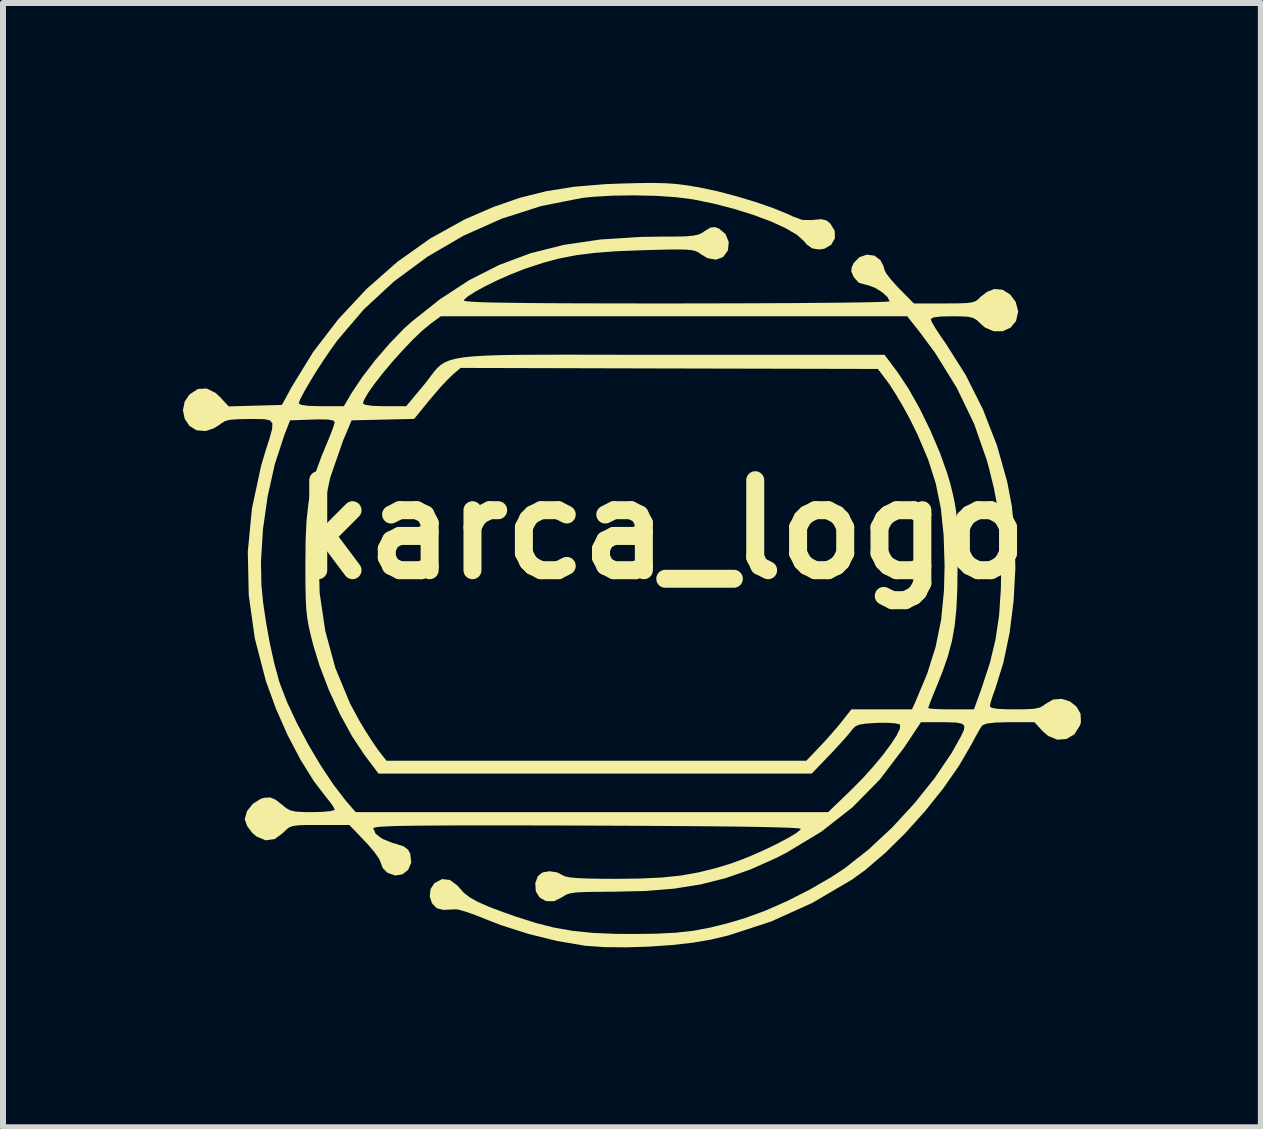
<source format=kicad_pcb>
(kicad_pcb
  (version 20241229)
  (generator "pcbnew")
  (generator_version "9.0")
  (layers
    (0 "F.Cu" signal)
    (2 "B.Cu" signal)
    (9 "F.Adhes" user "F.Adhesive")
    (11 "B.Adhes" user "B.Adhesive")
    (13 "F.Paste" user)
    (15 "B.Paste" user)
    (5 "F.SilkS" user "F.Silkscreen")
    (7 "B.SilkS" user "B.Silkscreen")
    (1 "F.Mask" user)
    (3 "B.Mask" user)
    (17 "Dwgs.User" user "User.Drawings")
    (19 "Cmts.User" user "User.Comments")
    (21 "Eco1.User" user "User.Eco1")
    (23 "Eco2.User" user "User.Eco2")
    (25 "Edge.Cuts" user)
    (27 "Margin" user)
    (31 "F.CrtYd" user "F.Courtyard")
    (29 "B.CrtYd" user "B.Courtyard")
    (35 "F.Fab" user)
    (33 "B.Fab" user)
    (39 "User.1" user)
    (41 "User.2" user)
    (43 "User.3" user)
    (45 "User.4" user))
  (footprint "karca_logo"
    (layer "F.Cu")
    (at 7.97 5.778)
    (property "Reference" "karca_logo" (at 0 0 0) (layer "F.SilkS") (effects (font (size 1.5 1.5) (thickness 0.3))))
    (attr board_only exclude_from_pos_files exclude_from_bom)
    (fp_poly (pts (xy 0.082 -5.773) (xy 0.256 -5.761) (xy 0.427 -5.739) (xy 0.617 -5.708) (xy 0.647 -5.702) (xy 0.939 -5.64) (xy 1.256 -5.557) (xy 1.574 -5.461) (xy 1.869 -5.359) (xy 2.114 -5.259) (xy 2.196 -5.22) (xy 2.354 -5.162) (xy 2.518 -5.159) (xy 2.547 -5.163) (xy 2.677 -5.174) (xy 2.762 -5.151) (xy 2.823 -5.101) (xy 2.897 -4.979) (xy 2.899 -4.854) (xy 2.837 -4.747) (xy 2.722 -4.68) (xy 2.634 -4.669) (xy 2.52 -4.687) (xy 2.428 -4.754) (xy 2.379 -4.813) (xy 2.264 -4.915) (xy 2.078 -5.024) (xy 1.834 -5.136) (xy 1.543 -5.244) (xy 1.22 -5.345) (xy 0.877 -5.434) (xy 0.535 -5.504) (xy 0.254 -5.54) (xy -0.084 -5.563) (xy -0.448 -5.571) (xy -0.812 -5.566) (xy -1.145 -5.546) (xy -1.32 -5.527) (xy -1.997 -5.393) (xy -2.658 -5.181) (xy -3.293 -4.898) (xy -3.893 -4.548) (xy -4.45 -4.137) (xy -4.953 -3.672) (xy -5.393 -3.156) (xy -5.492 -3.02) (xy -5.618 -2.835) (xy -5.743 -2.643) (xy -5.856 -2.458) (xy -5.95 -2.296) (xy -6.014 -2.173) (xy -6.039 -2.104) (xy -6.039 -2.102) (xy -5.998 -2.078) (xy -5.878 -2.062) (xy -5.686 -2.056) (xy -5.664 -2.056) (xy -5.288 -2.056) (xy -5.261 -2.101) (xy -4.969 -2.101) (xy -4.928 -2.078) (xy -4.811 -2.062) (xy -4.628 -2.056) (xy -4.608 -2.056) (xy -4.248 -2.056) (xy -3.963 -2.398) (xy -3.891 -2.488) (xy -3.831 -2.568) (xy -3.778 -2.637) (xy -3.726 -2.696) (xy -3.669 -2.746) (xy -3.602 -2.788) (xy -3.518 -2.822) (xy -3.412 -2.85) (xy -3.279 -2.872) (xy -3.111 -2.888) (xy -2.904 -2.9) (xy -2.652 -2.908) (xy -2.349 -2.912) (xy -1.99 -2.914) (xy -1.568 -2.915) (xy -1.077 -2.914) (xy -0.513 -2.913) (xy 0.131 -2.913) (xy 0.146 -2.913) (xy 3.727 -2.913) (xy 3.943 -2.624) (xy 4.126 -2.349) (xy 4.313 -2.017) (xy 4.491 -1.652) (xy 4.649 -1.282) (xy 4.774 -0.932) (xy 4.827 -0.75) (xy 4.868 -0.583) (xy 4.898 -0.441) (xy 4.92 -0.305) (xy 4.933 -0.157) (xy 4.941 0.019) (xy 4.945 0.242) (xy 4.945 0.53) (xy 4.945 0.6) (xy 4.94 0.994) (xy 4.925 1.322) (xy 4.896 1.604) (xy 4.851 1.858) (xy 4.786 2.104) (xy 4.697 2.361) (xy 4.604 2.595) (xy 4.538 2.756) (xy 4.487 2.885) (xy 4.458 2.963) (xy 4.455 2.977) (xy 4.494 2.987) (xy 4.6 2.994) (xy 4.754 2.998) (xy 4.836 2.998) (xy 5.218 2.998) (xy 5.349 2.634) (xy 5.483 2.225) (xy 5.577 1.834) (xy 5.637 1.433) (xy 5.666 0.996) (xy 5.671 0.685) (xy 5.666 0.283) (xy 5.646 -0.062) (xy 5.609 -0.378) (xy 5.55 -0.692) (xy 5.466 -1.031) (xy 5.433 -1.152) (xy 5.222 -1.758) (xy 4.933 -2.359) (xy 4.573 -2.941) (xy 4.317 -3.287) (xy 4.105 -3.555) (xy 0.217 -3.555) (xy -3.671 -3.555) (xy -3.838 -3.433) (xy -3.974 -3.321) (xy -4.133 -3.17) (xy -4.303 -2.992) (xy -4.475 -2.801) (xy -4.636 -2.609) (xy -4.777 -2.428) (xy -4.886 -2.273) (xy -4.953 -2.156) (xy -4.969 -2.101) (xy -5.261 -2.101) (xy -5.151 -2.287) (xy -4.978 -2.545) (xy -4.761 -2.827) (xy -4.522 -3.104) (xy -4.285 -3.349) (xy -4.163 -3.46) (xy -3.682 -3.841) (xy -3.198 -4.157) (xy -2.7 -4.41) (xy -2.178 -4.605) (xy -1.619 -4.746) (xy -1.012 -4.835) (xy -0.347 -4.878) (xy 0.000046 -4.883) (xy 0.243 -4.884) (xy 0.416 -4.888) (xy 0.535 -4.899) (xy 0.618 -4.916) (xy 0.68 -4.943) (xy 0.729 -4.976) (xy 0.826 -5.035) (xy 0.903 -5.041) (xy 0.964 -5.019) (xy 1.076 -4.926) (xy 1.13 -4.792) (xy 1.116 -4.653) (xy 1.036 -4.543) (xy 0.917 -4.499) (xy 0.775 -4.524) (xy 0.666 -4.589) (xy 0.624 -4.62) (xy 0.577 -4.642) (xy 0.514 -4.657) (xy 0.421 -4.666) (xy 0.287 -4.669) (xy 0.099 -4.667) (xy -0.156 -4.661) (xy -0.314 -4.656) (xy -0.738 -4.64) (xy -1.097 -4.613) (xy -1.409 -4.574) (xy -1.694 -4.519) (xy -1.972 -4.445) (xy -2.263 -4.348) (xy -2.313 -4.33) (xy -2.521 -4.247) (xy -2.731 -4.154) (xy -2.929 -4.057) (xy -3.097 -3.965) (xy -3.221 -3.886) (xy -3.284 -3.829) (xy -3.288 -3.821) (xy -3.274 -3.812) (xy -3.22 -3.803) (xy -3.124 -3.796) (xy -2.981 -3.789) (xy -2.786 -3.784) (xy -2.535 -3.78) (xy -2.223 -3.776) (xy -1.847 -3.773) (xy -1.402 -3.771) (xy -0.883 -3.77) (xy -0.286 -3.769) (xy 0.253 -3.769) (xy 0.797 -3.77) (xy 1.316 -3.771) (xy 1.803 -3.773) (xy 2.252 -3.775) (xy 2.657 -3.779) (xy 3.011 -3.782) (xy 3.308 -3.786) (xy 3.543 -3.791) (xy 3.708 -3.796) (xy 3.797 -3.801) (xy 3.812 -3.804) (xy 3.776 -3.875) (xy 3.687 -3.956) (xy 3.572 -4.028) (xy 3.457 -4.072) (xy 3.428 -4.077) (xy 3.299 -4.113) (xy 3.216 -4.204) (xy 3.214 -4.208) (xy 3.172 -4.302) (xy 3.181 -4.378) (xy 3.214 -4.444) (xy 3.307 -4.54) (xy 3.432 -4.582) (xy 3.559 -4.566) (xy 3.658 -4.491) (xy 3.658 -4.49) (xy 3.709 -4.395) (xy 3.726 -4.329) (xy 3.755 -4.27) (xy 3.831 -4.171) (xy 3.939 -4.05) (xy 3.971 -4.017) (xy 4.216 -3.769) (xy 4.723 -3.769) (xy 4.939 -3.77) (xy 5.087 -3.775) (xy 5.184 -3.787) (xy 5.247 -3.808) (xy 5.293 -3.843) (xy 5.324 -3.876) (xy 5.435 -3.962) (xy 5.556 -4.01) (xy 5.695 -3.997) (xy 5.821 -3.919) (xy 5.914 -3.794) (xy 5.954 -3.642) (xy 5.954 -3.63) (xy 5.919 -3.475) (xy 5.827 -3.364) (xy 5.697 -3.306) (xy 5.549 -3.305) (xy 5.401 -3.368) (xy 5.333 -3.427) (xy 5.267 -3.49) (xy 5.203 -3.528) (xy 5.118 -3.547) (xy 4.988 -3.554) (xy 4.854 -3.555) (xy 4.663 -3.551) (xy 4.549 -3.537) (xy 4.501 -3.512) (xy 4.498 -3.502) (xy 4.522 -3.446) (xy 4.586 -3.339) (xy 4.679 -3.198) (xy 4.75 -3.097) (xy 5.08 -2.576) (xy 5.367 -2.004) (xy 5.601 -1.403) (xy 5.772 -0.796) (xy 5.85 -0.385) (xy 5.899 0.12) (xy 5.908 0.655) (xy 5.878 1.196) (xy 5.812 1.723) (xy 5.71 2.213) (xy 5.576 2.646) (xy 5.573 2.656) (xy 5.524 2.792) (xy 5.491 2.9) (xy 5.483 2.945) (xy 5.509 2.971) (xy 5.595 2.988) (xy 5.75 2.997) (xy 5.897 2.998) (xy 6.097 2.996) (xy 6.231 2.987) (xy 6.319 2.967) (xy 6.379 2.933) (xy 6.403 2.913) (xy 6.536 2.835) (xy 6.68 2.823) (xy 6.816 2.865) (xy 6.927 2.952) (xy 6.995 3.071) (xy 7.001 3.213) (xy 6.986 3.265) (xy 6.893 3.413) (xy 6.76 3.493) (xy 6.608 3.504) (xy 6.454 3.441) (xy 6.363 3.362) (xy 6.226 3.212) (xy 5.813 3.212) (xy 5.578 3.218) (xy 5.427 3.236) (xy 5.356 3.266) (xy 5.356 3.266) (xy 5.314 3.33) (xy 5.249 3.445) (xy 5.179 3.577) (xy 4.971 3.935) (xy 4.707 4.314) (xy 4.403 4.695) (xy 4.074 5.061) (xy 3.736 5.394) (xy 3.404 5.678) (xy 3.181 5.839) (xy 2.523 6.225) (xy 1.835 6.536) (xy 1.125 6.767) (xy 0.835 6.836) (xy 0.535 6.888) (xy 0.179 6.928) (xy -0.203 6.954) (xy -0.586 6.966) (xy -0.943 6.962) (xy -1.247 6.941) (xy -1.281 6.937) (xy -1.733 6.86) (xy -2.208 6.743) (xy -2.664 6.597) (xy -2.891 6.509) (xy -3.077 6.435) (xy -3.241 6.376) (xy -3.364 6.34) (xy -3.416 6.332) (xy -3.537 6.337) (xy -3.627 6.342) (xy -3.74 6.314) (xy -3.819 6.23) (xy -3.856 6.114) (xy -3.841 5.992) (xy -3.777 5.896) (xy -3.65 5.828) (xy -3.518 5.843) (xy -3.39 5.939) (xy -3.359 5.976) (xy -3.284 6.059) (xy -3.185 6.135) (xy -3.05 6.21) (xy -2.865 6.291) (xy -2.619 6.383) (xy -2.424 6.452) (xy -2.092 6.558) (xy -1.783 6.637) (xy -1.473 6.691) (xy -1.141 6.725) (xy -0.763 6.741) (xy -0.45 6.743) (xy -0.067 6.738) (xy 0.255 6.721) (xy 0.542 6.689) (xy 0.819 6.637) (xy 1.112 6.564) (xy 1.392 6.481) (xy 1.731 6.358) (xy 2.104 6.194) (xy 2.482 6.002) (xy 2.835 5.798) (xy 3.063 5.648) (xy 3.458 5.337) (xy 3.85 4.972) (xy 4.222 4.569) (xy 4.559 4.149) (xy 4.844 3.728) (xy 5.005 3.441) (xy 5.05 3.342) (xy 5.059 3.276) (xy 5.021 3.238) (xy 4.925 3.219) (xy 4.76 3.213) (xy 4.648 3.212) (xy 4.335 3.212) (xy 4.054 3.634) (xy 3.653 4.162) (xy 3.194 4.63) (xy 2.673 5.038) (xy 2.089 5.39) (xy 1.906 5.483) (xy 1.488 5.669) (xy 1.079 5.812) (xy 0.661 5.917) (xy 0.216 5.988) (xy -0.275 6.027) (xy -0.819 6.039) (xy -1.085 6.04) (xy -1.279 6.044) (xy -1.416 6.051) (xy -1.51 6.065) (xy -1.575 6.085) (xy -1.624 6.114) (xy -1.639 6.125) (xy -1.782 6.197) (xy -1.915 6.196) (xy -2.022 6.137) (xy -2.087 6.033) (xy -2.096 5.896) (xy -2.054 5.78) (xy -1.978 5.718) (xy -1.859 5.697) (xy -1.729 5.717) (xy -1.647 5.76) (xy -1.599 5.783) (xy -1.517 5.8) (xy -1.392 5.812) (xy -1.21 5.819) (xy -0.961 5.823) (xy -0.766 5.824) (xy -0.344 5.819) (xy 0.014 5.802) (xy 0.33 5.769) (xy 0.623 5.717) (xy 0.915 5.645) (xy 1.168 5.568) (xy 1.349 5.502) (xy 1.551 5.419) (xy 1.757 5.326) (xy 1.953 5.231) (xy 2.122 5.141) (xy 2.251 5.064) (xy 2.322 5.007) (xy 2.331 4.99) (xy 2.289 4.981) (xy 2.162 4.973) (xy 1.951 4.966) (xy 1.657 4.959) (xy 1.28 4.953) (xy 0.821 4.948) (xy 0.28 4.944) (xy -0.34 4.94) (xy -1.04 4.937) (xy -1.231 4.936) (xy -1.88 4.934) (xy -2.449 4.933) (xy -2.941 4.933) (xy -3.363 4.933) (xy -3.719 4.935) (xy -4.014 4.937) (xy -4.253 4.94) (xy -4.442 4.944) (xy -4.585 4.95) (xy -4.687 4.956) (xy -4.753 4.964) (xy -4.788 4.974) (xy -4.797 4.983) (xy -4.757 5.073) (xy -4.645 5.157) (xy -4.477 5.225) (xy -4.428 5.238) (xy -4.292 5.282) (xy -4.216 5.339) (xy -4.18 5.406) (xy -4.164 5.552) (xy -4.213 5.671) (xy -4.308 5.748) (xy -4.431 5.769) (xy -4.562 5.722) (xy -4.64 5.643) (xy -4.669 5.564) (xy -4.698 5.492) (xy -4.776 5.38) (xy -4.891 5.245) (xy -4.933 5.201) (xy -5.196 4.926) (xy -5.686 4.926) (xy -5.898 4.926) (xy -6.041 4.931) (xy -6.136 4.943) (xy -6.199 4.967) (xy -6.25 5.006) (xy -6.296 5.054) (xy -6.44 5.161) (xy -6.591 5.182) (xy -6.742 5.119) (xy -6.814 5.058) (xy -6.899 4.945) (xy -6.938 4.836) (xy -6.939 4.824) (xy -6.901 4.693) (xy -6.803 4.572) (xy -6.671 4.489) (xy -6.613 4.472) (xy -6.513 4.467) (xy -6.421 4.507) (xy -6.329 4.579) (xy -6.25 4.644) (xy -6.179 4.683) (xy -6.089 4.703) (xy -5.958 4.711) (xy -5.809 4.712) (xy -5.638 4.707) (xy -5.511 4.695) (xy -5.445 4.677) (xy -5.44 4.67) (xy -5.466 4.615) (xy -5.531 4.526) (xy -5.563 4.488) (xy -5.788 4.195) (xy -6.012 3.834) (xy -6.226 3.426) (xy -6.419 2.989) (xy -6.582 2.541) (xy -6.587 2.527) (xy -6.772 1.815) (xy -6.873 1.095) (xy -6.885 0.536) (xy -6.669 0.536) (xy -6.662 0.921) (xy -6.634 1.214) (xy -6.584 1.552) (xy -6.52 1.904) (xy -6.446 2.237) (xy -6.368 2.523) (xy -6.353 2.57) (xy -6.233 2.88) (xy -6.07 3.228) (xy -5.877 3.591) (xy -5.667 3.944) (xy -5.454 4.263) (xy -5.251 4.525) (xy -5.247 4.53) (xy -5.09 4.712) (xy -1.152 4.712) (xy 2.787 4.712) (xy 3.163 4.349) (xy 3.356 4.155) (xy 3.536 3.955) (xy 3.697 3.762) (xy 3.83 3.584) (xy 3.928 3.434) (xy 3.983 3.321) (xy 3.986 3.256) (xy 3.98 3.249) (xy 3.91 3.232) (xy 3.78 3.222) (xy 3.617 3.223) (xy 3.585 3.225) (xy 3.412 3.236) (xy 3.303 3.254) (xy 3.236 3.284) (xy 3.189 3.334) (xy 3.181 3.345) (xy 3.121 3.42) (xy 3.018 3.537) (xy 2.889 3.677) (xy 2.812 3.759) (xy 2.513 4.069) (xy -1.098 4.069) (xy -4.71 4.069) (xy -4.944 3.758) (xy -5.149 3.449) (xy -5.351 3.081) (xy -5.536 2.679) (xy -5.693 2.268) (xy -5.793 1.942) (xy -5.839 1.764) (xy -5.873 1.616) (xy -5.897 1.48) (xy -5.913 1.337) (xy -5.922 1.169) (xy -5.927 0.959) (xy -5.929 0.687) (xy -5.929 0.578) (xy -5.927 0.413) (xy -5.708 0.413) (xy -5.691 1.057) (xy -5.597 1.692) (xy -5.429 2.308) (xy -5.187 2.894) (xy -5.027 3.191) (xy -4.922 3.366) (xy -4.814 3.534) (xy -4.725 3.664) (xy -4.702 3.694) (xy -4.576 3.855) (xy -1.076 3.855) (xy 2.423 3.855) (xy 2.638 3.63) (xy 2.777 3.48) (xy 2.919 3.317) (xy 3.014 3.202) (xy 3.175 2.998) (xy 3.68 2.998) (xy 4.184 2.998) (xy 4.238 2.881) (xy 4.437 2.406) (xy 4.579 1.955) (xy 4.671 1.5) (xy 4.718 1.015) (xy 4.728 0.6) (xy 4.712 0.094) (xy 4.665 -0.354) (xy 4.581 -0.767) (xy 4.453 -1.169) (xy 4.277 -1.583) (xy 4.147 -1.846) (xy 4.04 -2.043) (xy 3.926 -2.237) (xy 3.823 -2.399) (xy 3.775 -2.467) (xy 3.616 -2.677) (xy 0.138 -2.685) (xy -3.34 -2.694) (xy -3.47 -2.584) (xy -3.556 -2.501) (xy -3.675 -2.374) (xy -3.805 -2.223) (xy -3.858 -2.16) (xy -4.115 -1.844) (xy -4.637 -1.832) (xy -5.158 -1.82) (xy -5.302 -1.478) (xy -5.515 -0.864) (xy -5.65 -0.231) (xy -5.708 0.413) (xy -5.927 0.413) (xy -5.925 0.178) (xy -5.909 -0.156) (xy -5.877 -0.444) (xy -5.828 -0.705) (xy -5.756 -0.957) (xy -5.659 -1.222) (xy -5.588 -1.393) (xy -5.521 -1.554) (xy -5.47 -1.689) (xy -5.442 -1.776) (xy -5.44 -1.792) (xy -5.465 -1.818) (xy -5.547 -1.833) (xy -5.697 -1.836) (xy -5.812 -1.833) (xy -6.184 -1.82) (xy -6.283 -1.565) (xy -6.439 -1.086) (xy -6.557 -0.557) (xy -6.636 -0.006) (xy -6.669 0.536) (xy -6.885 0.536) (xy -6.889 0.373) (xy -6.82 -0.348) (xy -6.667 -1.062) (xy -6.593 -1.311) (xy -6.523 -1.529) (xy -6.483 -1.677) (xy -6.479 -1.769) (xy -6.519 -1.819) (xy -6.608 -1.839) (xy -6.753 -1.842) (xy -6.861 -1.842) (xy -7.055 -1.839) (xy -7.185 -1.829) (xy -7.269 -1.807) (xy -7.33 -1.77) (xy -7.348 -1.754) (xy -7.455 -1.687) (xy -7.588 -1.643) (xy -7.594 -1.642) (xy -7.744 -1.654) (xy -7.863 -1.728) (xy -7.941 -1.846) (xy -7.97 -1.988) (xy -7.941 -2.134) (xy -7.862 -2.251) (xy -7.721 -2.343) (xy -7.574 -2.351) (xy -7.424 -2.276) (xy -7.347 -2.204) (xy -7.208 -2.053) (xy -6.764 -2.065) (xy -6.32 -2.077) (xy -6.157 -2.377) (xy -5.8 -2.958) (xy -5.38 -3.506) (xy -4.908 -4.011) (xy -4.395 -4.463) (xy -3.85 -4.85) (xy -3.286 -5.163) (xy -3.253 -5.179) (xy -2.791 -5.378) (xy -2.352 -5.531) (xy -1.91 -5.641) (xy -1.444 -5.715) (xy -0.93 -5.758) (xy -0.664 -5.768) (xy -0.357 -5.776) (xy -0.116 -5.778)) (stroke (width 0) (type solid)) (fill yes) (layer "F.SilkS")))
  (gr_rect
    (start -3 -3)
    (end 17.971 15.744)
    (stroke (width 0.1) (type default))
    (fill no)
    (layer "Edge.Cuts")))
</source>
